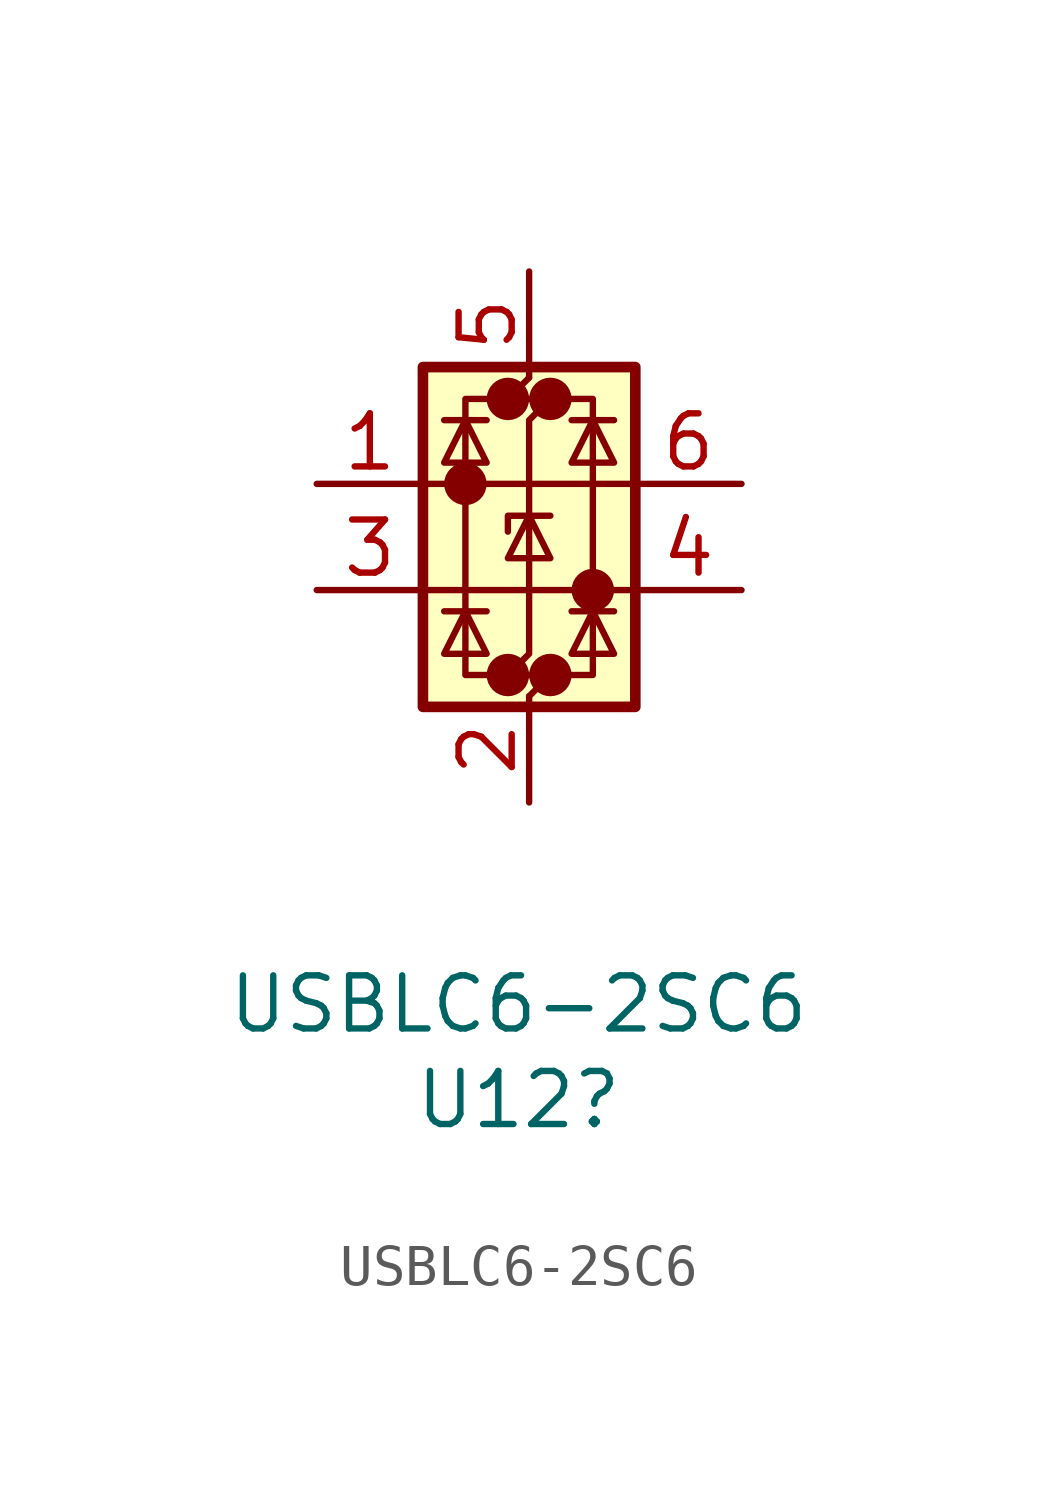
<source format=kicad_sym>
(kicad_symbol_lib
  (version 20241209)
  (generator "kicad_symbol_editor")
  (generator_version "9.0")
  (symbol "USBLC6-2SC6"
    (pin_names
      (hide yes))
    (property "Reference" "U12"
      (at -0.254 -14.732 0)
      (effects (font (size 1.27 1.27))))
    (property "Value" "USBLC6-2SC6"
      (at -0.254 -12.446 0)
      (effects (font (size 1.27 1.27))))
    (symbol "USBLC6-2SC6_0_0"
      (circle (center -1.524 0) (radius 0.0001) (stroke (width 0.508) (type default)) (fill (type none)))
      (circle (center -0.508 2.032) (radius 0.0001) (stroke (width 0.508) (type default)) (fill (type none)))
      (circle (center -0.508 -4.572) (radius 0.0001) (stroke (width 0.508) (type default)) (fill (type none)))
      (circle (center 0.508 2.032) (radius 0.0001) (stroke (width 0.508) (type default)) (fill (type none)))
      (circle (center 0.508 -4.572) (radius 0.0001) (stroke (width 0.508) (type default)) (fill (type none)))
      (circle (center 1.524 -2.54) (radius 0.0001) (stroke (width 0.508) (type default)) (fill (type none))))
    (symbol "USBLC6-2SC6_0_1"
      (polyline (pts (xy -2.54 0) (xy 2.54 0)) (stroke (width 0) (type default)) (fill (type none)))
      (polyline (pts (xy -2.54 -2.54) (xy 2.54 -2.54)) (stroke (width 0) (type default)) (fill (type none)))
      (polyline (pts (xy -2.032 0.508) (xy -1.016 0.508) (xy -1.524 1.524) (xy -2.032 0.508)) (stroke (width 0) (type default)) (fill (type none)))
      (polyline (pts (xy -2.032 -3.048) (xy -1.016 -3.048)) (stroke (width 0) (type default)) (fill (type none)))
      (polyline (pts (xy -1.016 1.524) (xy -2.032 1.524)) (stroke (width 0) (type default)) (fill (type none)))
      (polyline (pts (xy -1.016 -4.064) (xy -2.032 -4.064) (xy -1.524 -3.048) (xy -1.016 -4.064)) (stroke (width 0) (type default)) (fill (type none)))
      (polyline (pts (xy -0.508 -1.143) (xy -0.508 -0.762) (xy 0.508 -0.762)) (stroke (width 0) (type default)) (fill (type none)))
      (polyline (pts (xy 0 2.54) (xy -0.508 2.032) (xy 0.508 2.032) (xy 0 1.524) (xy 0 -4.064) (xy -0.508 -4.572) (xy 0.508 -4.572) (xy 0 -5.08)) (stroke (width 0) (type default)) (fill (type none)))
      (polyline (pts (xy 0.508 -1.778) (xy -0.508 -1.778) (xy 0 -0.762) (xy 0.508 -1.778)) (stroke (width 0) (type default)) (fill (type none)))
      (polyline (pts (xy 1.016 1.524) (xy 2.032 1.524)) (stroke (width 0) (type default)) (fill (type none)))
      (polyline (pts (xy 1.016 -3.048) (xy 2.032 -3.048)) (stroke (width 0) (type default)) (fill (type none)))
      (polyline (pts (xy 2.032 0.508) (xy 1.016 0.508) (xy 1.524 1.524) (xy 2.032 0.508)) (stroke (width 0) (type default)) (fill (type none)))
      (polyline (pts (xy 2.032 -4.064) (xy 1.016 -4.064) (xy 1.524 -3.048) (xy 2.032 -4.064)) (stroke (width 0) (type default)) (fill (type none))))
    (symbol "USBLC6-2SC6_1_1"
      (rectangle (start -2.54 2.794) (end 2.54 -5.334) (stroke (width 0.254) (type default)) (fill (type background)))
      (polyline (pts (xy -0.508 2.032) (xy -1.524 2.032) (xy -1.524 -4.572) (xy -0.508 -4.572)) (stroke (width 0) (type default)) (fill (type none)))
      (polyline (pts (xy 0.508 -4.572) (xy 1.524 -4.572) (xy 1.524 2.032) (xy 0.508 2.032)) (stroke (width 0) (type default)) (fill (type none)))
      (pin passive line (at -5.08 0 0) (length 2.54) (name "I/O1" (effects (font (size 1.27 1.27)))) (number "1" (effects (font (size 1.27 1.27)))))
      (pin passive line (at -5.08 -2.54 0) (length 2.54) (name "I/O2" (effects (font (size 1.27 1.27)))) (number "3" (effects (font (size 1.27 1.27)))))
      (pin passive line (at 0 5.08 270) (length 2.54) (name "VBUS" (effects (font (size 1.27 1.27)))) (number "5" (effects (font (size 1.27 1.27)))))
      (pin passive line (at 0 -7.62 90) (length 2.54) (name "GND" (effects (font (size 1.27 1.27)))) (number "2" (effects (font (size 1.27 1.27)))))
      (pin passive line (at 5.08 0 180) (length 2.54) (name "I/O1" (effects (font (size 1.27 1.27)))) (number "6" (effects (font (size 1.27 1.27)))))
      (pin passive line (at 5.08 -2.54 180) (length 2.54) (name "I/O2" (effects (font (size 1.27 1.27)))) (number "4" (effects (font (size 1.27 1.27))))))))
</source>
